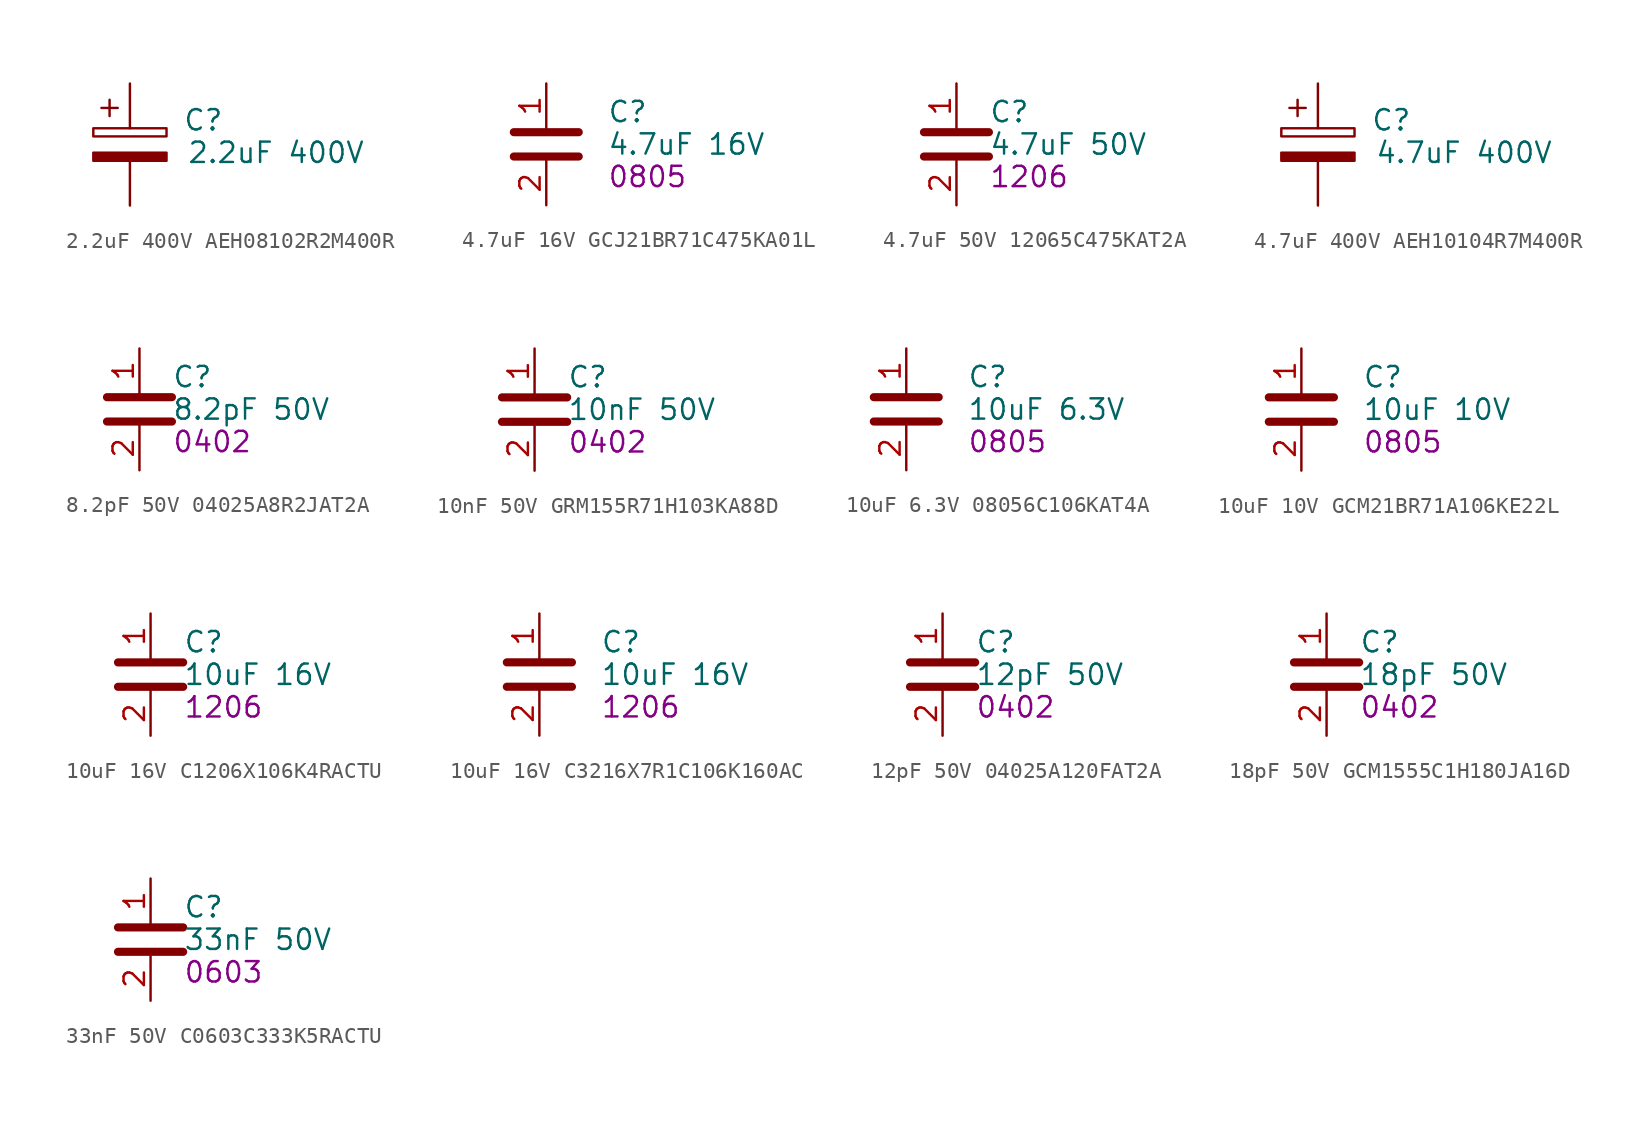
<source format=kicad_sym>
(kicad_symbol_lib
  (version 20241209)
  (generator "dmtdb")
  (generator_version "1.0")
  (symbol "2.2uF 400V AEH08102R2M400R"
    (property "Reference" "C"
      (at 3.302 1.524 0)
      (effects (font (size 1.27 1.27)) (justify left)))
    (property "Value" "2.2uF 400V"
      (at 3.556 -0.508 0)
      (effects (font (size 1.27 1.27)) (justify left)))
    (symbol "2.2uF 400V AEH08102R2M400R_0_1"
      (rectangle (start -2.286 0.508) (end 2.286 1.016) (stroke (width 0) (type default)) (fill (type none)))
      (polyline (pts (xy -1.778 2.286) (xy -0.762 2.286)) (stroke (width 0) (type default)) (fill (type none)))
      (polyline (pts (xy -1.27 2.794) (xy -1.27 1.778)) (stroke (width 0) (type default)) (fill (type none)))
      (rectangle (start 2.286 -0.508) (end -2.286 -1.016) (stroke (width 0) (type default)) (fill (type outline))))
    (symbol "2.2uF 400V AEH08102R2M400R_1_1"
      (pin passive line (at 0 3.81 270) (length 2.794) (name "~" (effects (font (size 1.27 1.27)))) (number "1" (effects (font (size 0 0)))))
      (pin passive line (at 0 -3.81 90) (length 2.794) (name "~" (effects (font (size 1.27 1.27)))) (number "2" (effects (font (size 0 0)))))))
  (symbol "4.7uF 16V GCJ21BR71C475KA01L"
    (property "Reference" "C"
      (at 3.81 2.032 0)
      (effects (font (size 1.27 1.27)) (justify left)))
    (property "Value" "4.7uF 16V"
      (at 3.81 0 0)
      (effects (font (size 1.27 1.27)) (justify left)))
    (property "FOOTPRINT_SHORT" "0805"
      (at 3.81 -2.032 0)
      (effects (font (size 1.27 1.27)) (justify left)))
    (symbol "4.7uF 16V GCJ21BR71C475KA01L_0_1"
      (polyline (pts (xy -2.032 0.762) (xy 2.032 0.762)) (stroke (width 0.508) (type default)) (fill (type none)))
      (polyline (pts (xy -2.032 -0.762) (xy 2.032 -0.762)) (stroke (width 0.508) (type default)) (fill (type none))))
    (symbol "4.7uF 16V GCJ21BR71C475KA01L_1_1"
      (pin passive line (at 0 3.81 270) (length 2.794) (name "~" (effects (font (size 1.27 1.27)))) (number "1" (effects (font (size 1.27 1.27)))))
      (pin passive line (at 0 -3.81 90) (length 2.794) (name "~" (effects (font (size 1.27 1.27)))) (number "2" (effects (font (size 1.27 1.27)))))))
  (symbol "4.7uF 50V 12065C475KAT2A"
    (property "Reference" "C"
      (at 2.032 2.032 0)
      (effects (font (size 1.27 1.27)) (justify left)))
    (property "Value" "4.7uF 50V"
      (at 2.032 0 0)
      (effects (font (size 1.27 1.27)) (justify left)))
    (property "FOOTPRINT_SHORT" "1206"
      (at 2.032 -2.032 0)
      (effects (font (size 1.27 1.27)) (justify left)))
    (symbol "4.7uF 50V 12065C475KAT2A_0_1"
      (polyline (pts (xy -2.032 -0.762) (xy 2.032 -0.762)) (stroke (width 0.508) (type default)) (fill (type none)))
      (polyline (pts (xy -2.032 0.762) (xy 2.032 0.762)) (stroke (width 0.508) (type default)) (fill (type none))))
    (symbol "4.7uF 50V 12065C475KAT2A_1_1"
      (pin passive line (at 0 3.81 270) (length 2.794) (name "~" (effects (font (size 1.27 1.27)))) (number "1" (effects (font (size 1.27 1.27)))))
      (pin passive line (at 0 -3.81 90) (length 2.794) (name "~" (effects (font (size 1.27 1.27)))) (number "2" (effects (font (size 1.27 1.27)))))))
  (symbol "4.7uF 400V AEH10104R7M400R"
    (property "Reference" "C"
      (at 3.302 1.524 0)
      (effects (font (size 1.27 1.27)) (justify left)))
    (property "Value" "4.7uF 400V"
      (at 3.556 -0.508 0)
      (effects (font (size 1.27 1.27)) (justify left)))
    (symbol "4.7uF 400V AEH10104R7M400R_0_1"
      (rectangle (start -2.286 0.508) (end 2.286 1.016) (stroke (width 0) (type default)) (fill (type none)))
      (polyline (pts (xy -1.778 2.286) (xy -0.762 2.286)) (stroke (width 0) (type default)) (fill (type none)))
      (polyline (pts (xy -1.27 2.794) (xy -1.27 1.778)) (stroke (width 0) (type default)) (fill (type none)))
      (rectangle (start 2.286 -0.508) (end -2.286 -1.016) (stroke (width 0) (type default)) (fill (type outline))))
    (symbol "4.7uF 400V AEH10104R7M400R_1_1"
      (pin passive line (at 0 3.81 270) (length 2.794) (name "~" (effects (font (size 1.27 1.27)))) (number "1" (effects (font (size 0 0)))))
      (pin passive line (at 0 -3.81 90) (length 2.794) (name "~" (effects (font (size 1.27 1.27)))) (number "2" (effects (font (size 0 0)))))))
  (symbol "8.2pF 50V 04025A8R2JAT2A"
    (property "Reference" "C"
      (at 2.032 2.032 0)
      (effects (font (size 1.27 1.27)) (justify left)))
    (property "Value" "8.2pF 50V"
      (at 2.032 0 0)
      (effects (font (size 1.27 1.27)) (justify left)))
    (property "FOOTPRINT_SHORT" "0402"
      (at 2.032 -2.032 0)
      (effects (font (size 1.27 1.27)) (justify left)))
    (symbol "8.2pF 50V 04025A8R2JAT2A_0_1"
      (polyline (pts (xy -2.032 -0.762) (xy 2.032 -0.762)) (stroke (width 0.508) (type default)) (fill (type none)))
      (polyline (pts (xy -2.032 0.762) (xy 2.032 0.762)) (stroke (width 0.508) (type default)) (fill (type none))))
    (symbol "8.2pF 50V 04025A8R2JAT2A_1_1"
      (pin passive line (at 0 3.81 270) (length 2.794) (name "~" (effects (font (size 1.27 1.27)))) (number "1" (effects (font (size 1.27 1.27)))))
      (pin passive line (at 0 -3.81 90) (length 2.794) (name "~" (effects (font (size 1.27 1.27)))) (number "2" (effects (font (size 1.27 1.27)))))))
  (symbol "10nF 50V GRM155R71H103KA88D"
    (property "Reference" "C"
      (at 2.032 2.032 0)
      (effects (font (size 1.27 1.27)) (justify left)))
    (property "Value" "10nF 50V"
      (at 2.032 0 0)
      (effects (font (size 1.27 1.27)) (justify left)))
    (property "FOOTPRINT_SHORT" "0402"
      (at 2.032 -2.032 0)
      (effects (font (size 1.27 1.27)) (justify left)))
    (symbol "10nF 50V GRM155R71H103KA88D_0_1"
      (polyline (pts (xy -2.032 -0.762) (xy 2.032 -0.762)) (stroke (width 0.508) (type default)) (fill (type none)))
      (polyline (pts (xy -2.032 0.762) (xy 2.032 0.762)) (stroke (width 0.508) (type default)) (fill (type none))))
    (symbol "10nF 50V GRM155R71H103KA88D_1_1"
      (pin passive line (at 0 3.81 270) (length 2.794) (name "~" (effects (font (size 1.27 1.27)))) (number "1" (effects (font (size 1.27 1.27)))))
      (pin passive line (at 0 -3.81 90) (length 2.794) (name "~" (effects (font (size 1.27 1.27)))) (number "2" (effects (font (size 1.27 1.27)))))))
  (symbol "10uF 6.3V 08056C106KAT4A"
    (property "Reference" "C"
      (at 3.81 2.032 0)
      (effects (font (size 1.27 1.27)) (justify left)))
    (property "Value" "10uF 6.3V"
      (at 3.81 0 0)
      (effects (font (size 1.27 1.27)) (justify left)))
    (property "FOOTPRINT_SHORT" "0805"
      (at 3.81 -2.032 0)
      (effects (font (size 1.27 1.27)) (justify left)))
    (symbol "10uF 6.3V 08056C106KAT4A_0_1"
      (polyline (pts (xy -2.032 0.762) (xy 2.032 0.762)) (stroke (width 0.508) (type default)) (fill (type none)))
      (polyline (pts (xy -2.032 -0.762) (xy 2.032 -0.762)) (stroke (width 0.508) (type default)) (fill (type none))))
    (symbol "10uF 6.3V 08056C106KAT4A_1_1"
      (pin passive line (at 0 3.81 270) (length 2.794) (name "~" (effects (font (size 1.27 1.27)))) (number "1" (effects (font (size 1.27 1.27)))))
      (pin passive line (at 0 -3.81 90) (length 2.794) (name "~" (effects (font (size 1.27 1.27)))) (number "2" (effects (font (size 1.27 1.27)))))))
  (symbol "10uF 10V GCM21BR71A106KE22L"
    (property "Reference" "C"
      (at 3.81 2.032 0)
      (effects (font (size 1.27 1.27)) (justify left)))
    (property "Value" "10uF 10V"
      (at 3.81 0 0)
      (effects (font (size 1.27 1.27)) (justify left)))
    (property "FOOTPRINT_SHORT" "0805"
      (at 3.81 -2.032 0)
      (effects (font (size 1.27 1.27)) (justify left)))
    (symbol "10uF 10V GCM21BR71A106KE22L_0_1"
      (polyline (pts (xy -2.032 0.762) (xy 2.032 0.762)) (stroke (width 0.508) (type default)) (fill (type none)))
      (polyline (pts (xy -2.032 -0.762) (xy 2.032 -0.762)) (stroke (width 0.508) (type default)) (fill (type none))))
    (symbol "10uF 10V GCM21BR71A106KE22L_1_1"
      (pin passive line (at 0 3.81 270) (length 2.794) (name "~" (effects (font (size 1.27 1.27)))) (number "1" (effects (font (size 1.27 1.27)))))
      (pin passive line (at 0 -3.81 90) (length 2.794) (name "~" (effects (font (size 1.27 1.27)))) (number "2" (effects (font (size 1.27 1.27)))))))
  (symbol "10uF 16V C1206X106K4RACTU"
    (property "Reference" "C"
      (at 2.032 2.032 0)
      (effects (font (size 1.27 1.27)) (justify left)))
    (property "Value" "10uF 16V"
      (at 2.032 0 0)
      (effects (font (size 1.27 1.27)) (justify left)))
    (property "FOOTPRINT_SHORT" "1206"
      (at 2.032 -2.032 0)
      (effects (font (size 1.27 1.27)) (justify left)))
    (symbol "10uF 16V C1206X106K4RACTU_0_1"
      (polyline (pts (xy -2.032 -0.762) (xy 2.032 -0.762)) (stroke (width 0.508) (type default)) (fill (type none)))
      (polyline (pts (xy -2.032 0.762) (xy 2.032 0.762)) (stroke (width 0.508) (type default)) (fill (type none))))
    (symbol "10uF 16V C1206X106K4RACTU_1_1"
      (pin passive line (at 0 3.81 270) (length 2.794) (name "~" (effects (font (size 1.27 1.27)))) (number "1" (effects (font (size 1.27 1.27)))))
      (pin passive line (at 0 -3.81 90) (length 2.794) (name "~" (effects (font (size 1.27 1.27)))) (number "2" (effects (font (size 1.27 1.27)))))))
  (symbol "10uF 16V C3216X7R1C106K160AC"
    (property "Reference" "C"
      (at 3.81 2.032 0)
      (effects (font (size 1.27 1.27)) (justify left)))
    (property "Value" "10uF 16V"
      (at 3.81 0 0)
      (effects (font (size 1.27 1.27)) (justify left)))
    (property "FOOTPRINT_SHORT" "1206"
      (at 3.81 -2.032 0)
      (effects (font (size 1.27 1.27)) (justify left)))
    (symbol "10uF 16V C3216X7R1C106K160AC_0_1"
      (polyline (pts (xy -2.032 0.762) (xy 2.032 0.762)) (stroke (width 0.508) (type default)) (fill (type none)))
      (polyline (pts (xy -2.032 -0.762) (xy 2.032 -0.762)) (stroke (width 0.508) (type default)) (fill (type none))))
    (symbol "10uF 16V C3216X7R1C106K160AC_1_1"
      (pin passive line (at 0 3.81 270) (length 2.794) (name "~" (effects (font (size 1.27 1.27)))) (number "1" (effects (font (size 1.27 1.27)))))
      (pin passive line (at 0 -3.81 90) (length 2.794) (name "~" (effects (font (size 1.27 1.27)))) (number "2" (effects (font (size 1.27 1.27)))))))
  (symbol "12pF 50V 04025A120FAT2A"
    (property "Reference" "C"
      (at 2.032 2.032 0)
      (effects (font (size 1.27 1.27)) (justify left)))
    (property "Value" "12pF 50V"
      (at 2.032 0 0)
      (effects (font (size 1.27 1.27)) (justify left)))
    (property "FOOTPRINT_SHORT" "0402"
      (at 2.032 -2.032 0)
      (effects (font (size 1.27 1.27)) (justify left)))
    (symbol "12pF 50V 04025A120FAT2A_0_1"
      (polyline (pts (xy -2.032 -0.762) (xy 2.032 -0.762)) (stroke (width 0.508) (type default)) (fill (type none)))
      (polyline (pts (xy -2.032 0.762) (xy 2.032 0.762)) (stroke (width 0.508) (type default)) (fill (type none))))
    (symbol "12pF 50V 04025A120FAT2A_1_1"
      (pin passive line (at 0 3.81 270) (length 2.794) (name "~" (effects (font (size 1.27 1.27)))) (number "1" (effects (font (size 1.27 1.27)))))
      (pin passive line (at 0 -3.81 90) (length 2.794) (name "~" (effects (font (size 1.27 1.27)))) (number "2" (effects (font (size 1.27 1.27)))))))
  (symbol "18pF 50V GCM1555C1H180JA16D"
    (property "Reference" "C"
      (at 2.032 2.032 0)
      (effects (font (size 1.27 1.27)) (justify left)))
    (property "Value" "18pF 50V"
      (at 2.032 0 0)
      (effects (font (size 1.27 1.27)) (justify left)))
    (property "FOOTPRINT_SHORT" "0402"
      (at 2.032 -2.032 0)
      (effects (font (size 1.27 1.27)) (justify left)))
    (symbol "18pF 50V GCM1555C1H180JA16D_0_1"
      (polyline (pts (xy -2.032 -0.762) (xy 2.032 -0.762)) (stroke (width 0.508) (type default)) (fill (type none)))
      (polyline (pts (xy -2.032 0.762) (xy 2.032 0.762)) (stroke (width 0.508) (type default)) (fill (type none))))
    (symbol "18pF 50V GCM1555C1H180JA16D_1_1"
      (pin passive line (at 0 3.81 270) (length 2.794) (name "~" (effects (font (size 1.27 1.27)))) (number "1" (effects (font (size 1.27 1.27)))))
      (pin passive line (at 0 -3.81 90) (length 2.794) (name "~" (effects (font (size 1.27 1.27)))) (number "2" (effects (font (size 1.27 1.27)))))))
  (symbol "33nF 50V C0603C333K5RACTU"
    (property "Reference" "C"
      (at 2.032 2.032 0)
      (effects (font (size 1.27 1.27)) (justify left)))
    (property "Value" "33nF 50V"
      (at 2.032 0 0)
      (effects (font (size 1.27 1.27)) (justify left)))
    (property "FOOTPRINT_SHORT" "0603"
      (at 2.032 -2.032 0)
      (effects (font (size 1.27 1.27)) (justify left)))
    (symbol "33nF 50V C0603C333K5RACTU_0_1"
      (polyline (pts (xy -2.032 -0.762) (xy 2.032 -0.762)) (stroke (width 0.508) (type default)) (fill (type none)))
      (polyline (pts (xy -2.032 0.762) (xy 2.032 0.762)) (stroke (width 0.508) (type default)) (fill (type none))))
    (symbol "33nF 50V C0603C333K5RACTU_1_1"
      (pin passive line (at 0 3.81 270) (length 2.794) (name "~" (effects (font (size 1.27 1.27)))) (number "1" (effects (font (size 1.27 1.27)))))
      (pin passive line (at 0 -3.81 90) (length 2.794) (name "~" (effects (font (size 1.27 1.27)))) (number "2" (effects (font (size 1.27 1.27))))))))
</source>
